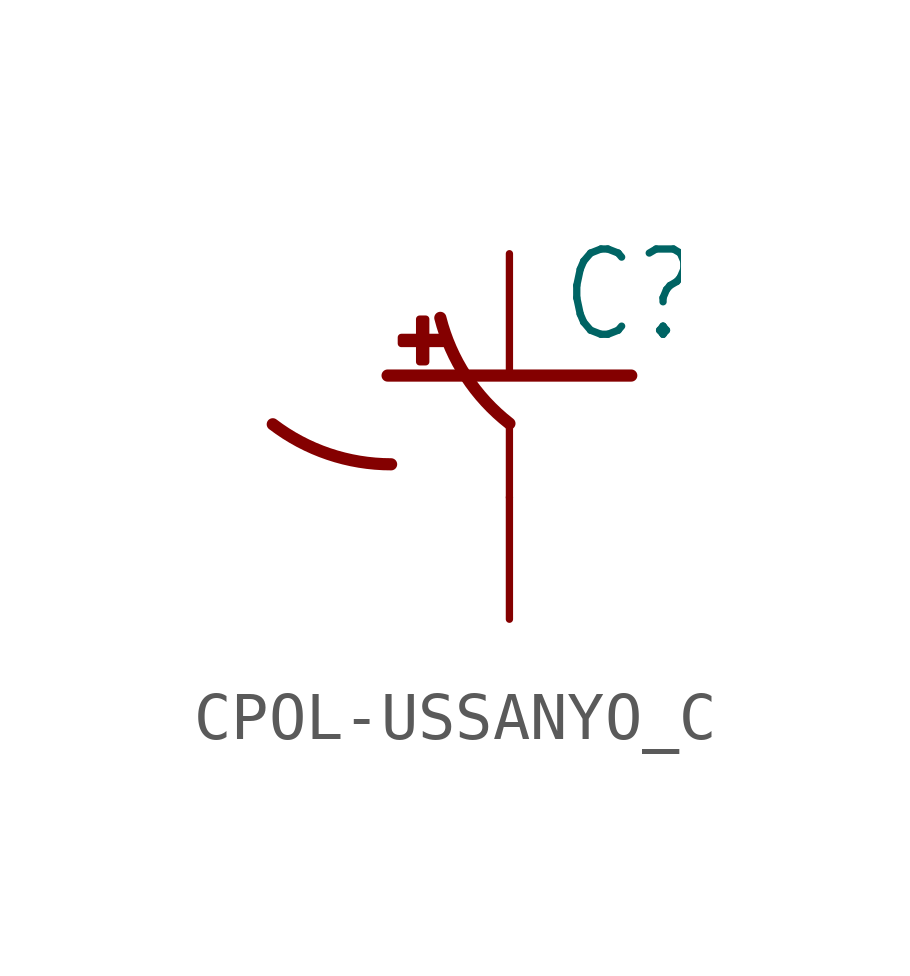
<source format=kicad_sym>
(kicad_symbol_lib
  (version 20241209)
  (generator "kicad_symbol_editor")
  (generator_version "9.0")
  (symbol "CPOL-USSANYO_C"
    (property "Reference" "C"
      (at 1.016 0.635 0)
      (effects (font (size 1.778 1.511)) (justify left bottom)))
    (property "Value" ""
      (at 1.016 -4.191 0)
      (effects (font (size 1.778 1.511)) (justify left bottom)))
    (property "ki_locked" ""
      (at 0 0 0)
      (effects (font (size 1.27 1.27))))
    (symbol "CPOL-USSANYO_C_1_0"
      (polyline (pts (xy -2.54 0) (xy 2.54 0)) (stroke (width 0.254) (type solid)) (fill (type none)))
      (arc (start -2.4669 -1.8504) (mid -3.7689 -1.6361) (end -4.9337 -1.0159) (stroke (width 0.254) (type solid)) (fill (type none)))
      (rectangle (start -2.253 0.668) (end -1.364 0.795) (stroke (width 0) (type default)) (fill (type outline)))
      (rectangle (start -1.872 0.287) (end -1.745 1.176) (stroke (width 0) (type default)) (fill (type outline)))
      (polyline (pts (xy 0 -1.016) (xy 0 -2.54)) (stroke (width 0.152) (type solid)) (fill (type none)))
      (arc (start 0 -1) (mid -0.9038 -0.0189) (end -1.4403 1.2025) (stroke (width 0.254) (type solid)) (fill (type none)))
      (pin passive line (at 0 2.54 270) (length 2.54) (name "+" (effects (font (size 0 0)))) (number "+" (effects (font (size 0 0)))))
      (pin passive line (at 0 -5.08 90) (length 2.54) (name "-" (effects (font (size 0 0)))) (number "-" (effects (font (size 0 0))))))))
</source>
